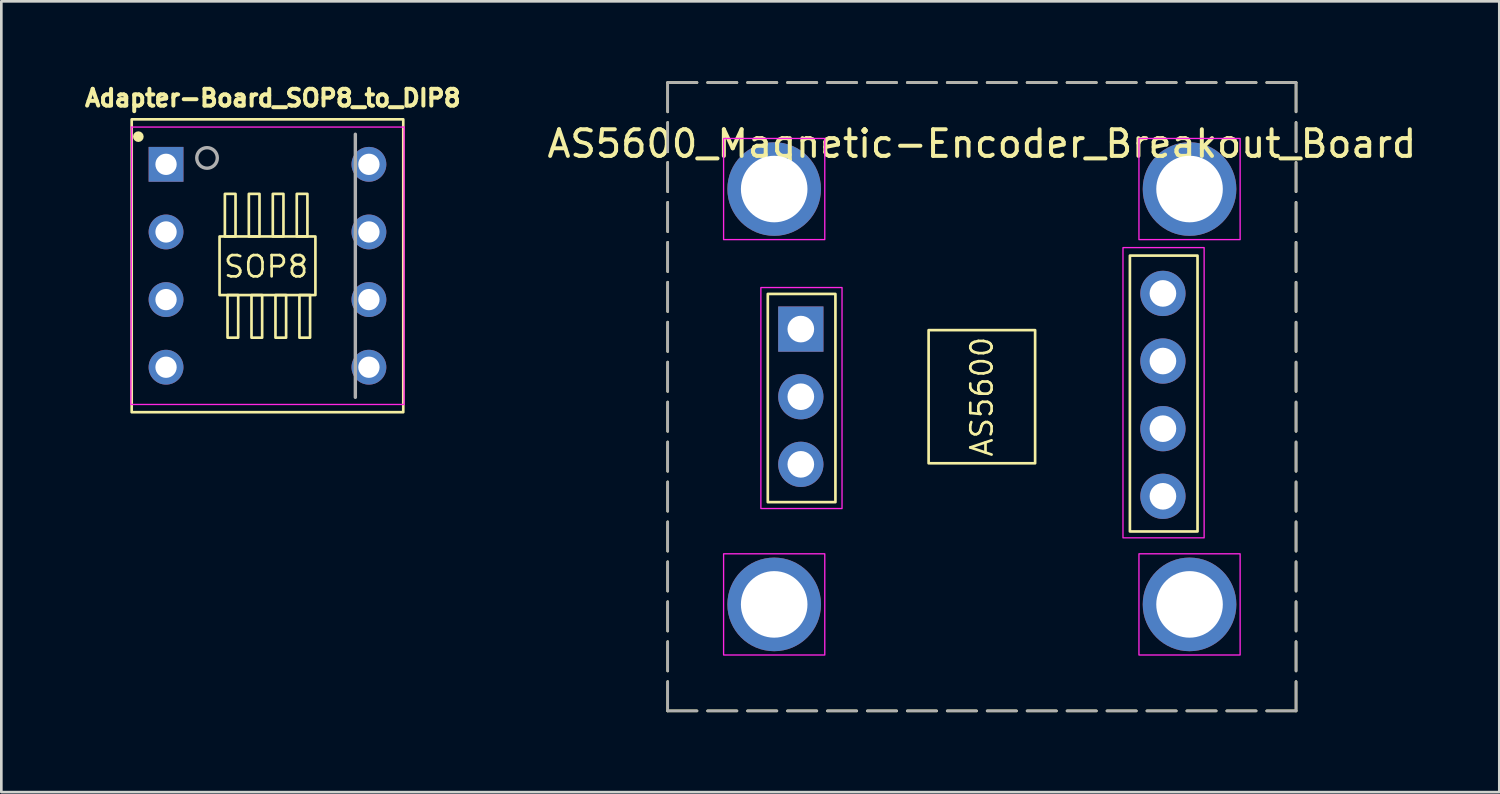
<source format=kicad_pcb>
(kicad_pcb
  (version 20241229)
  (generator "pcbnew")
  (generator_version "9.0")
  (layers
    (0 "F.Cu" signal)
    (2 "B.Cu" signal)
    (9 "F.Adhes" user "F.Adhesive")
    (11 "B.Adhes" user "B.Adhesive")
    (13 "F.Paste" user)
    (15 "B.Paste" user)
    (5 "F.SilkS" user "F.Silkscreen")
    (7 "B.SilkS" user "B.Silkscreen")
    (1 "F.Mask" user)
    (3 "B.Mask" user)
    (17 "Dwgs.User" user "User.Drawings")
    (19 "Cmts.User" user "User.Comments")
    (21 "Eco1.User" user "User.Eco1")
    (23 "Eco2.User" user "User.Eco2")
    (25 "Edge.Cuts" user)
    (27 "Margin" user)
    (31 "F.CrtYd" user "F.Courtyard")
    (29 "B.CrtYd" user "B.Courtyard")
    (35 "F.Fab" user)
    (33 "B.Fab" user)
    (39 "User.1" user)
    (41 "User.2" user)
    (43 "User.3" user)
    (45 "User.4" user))
  (footprint "Adapter-Board_SOP8_to_DIP8"
    (layer "F.Cu")
    (at 6.996 6.932)
    (property "Reference" "Adapter-Board_SOP8_to_DIP8" (at 0.2 -6.3 0) (layer "F.SilkS") (effects (font (size 0.63 0.63) (thickness 0.15))))
    (attr through_hole)
    (fp_rect (start -5.1 -5.5) (end 5.1 5.5) (stroke (width 0.1) (type default)) (fill no) (layer "F.SilkS"))
    (fp_rect (start -1.8 -1.1) (end 1.8 1.1) (stroke (width 0.1) (type default)) (fill no) (layer "F.SilkS"))
    (fp_rect (start -1.6 -2.7) (end -1.2 -1.1) (stroke (width 0.1) (type default)) (fill no) (layer "F.SilkS"))
    (fp_rect (start -1.5 1.1) (end -1.1 2.7) (stroke (width 0.1) (type default)) (fill no) (layer "F.SilkS"))
    (fp_rect (start -0.7 -2.7) (end -0.3 -1.1) (stroke (width 0.1) (type default)) (fill no) (layer "F.SilkS"))
    (fp_rect (start -0.6 1.1) (end -0.2 2.7) (stroke (width 0.1) (type default)) (fill no) (layer "F.SilkS"))
    (fp_rect (start 0.2 -2.7) (end 0.6 -1.1) (stroke (width 0.1) (type default)) (fill no) (layer "F.SilkS"))
    (fp_rect (start 0.3 1.1) (end 0.7 2.7) (stroke (width 0.1) (type default)) (fill no) (layer "F.SilkS"))
    (fp_rect (start 1.1 -2.7) (end 1.5 -1.1) (stroke (width 0.1) (type default)) (fill no) (layer "F.SilkS"))
    (fp_rect (start 1.2 1.1) (end 1.6 2.7) (stroke (width 0.1) (type default)) (fill no) (layer "F.SilkS"))
    (fp_circle (center -4.85 -4.85) (end -4.75 -4.85) (stroke (width 0.2) (type solid)) (fill no) (layer "F.SilkS"))
    (fp_line (start -5.13 5.21) (end 5.13 5.21) (stroke (width 0.05) (type solid)) (layer "F.CrtYd"))
    (fp_line (start -5.1 -5.2) (end -5.13 5.21) (stroke (width 0.05) (type solid)) (layer "F.CrtYd"))
    (fp_line (start 5.13 -5.21) (end -5.13 -5.21) (stroke (width 0.05) (type solid)) (layer "F.CrtYd"))
    (fp_line (start 5.13 5.21) (end 5.13 -5.21) (stroke (width 0.05) (type solid)) (layer "F.CrtYd"))
    (fp_line (start 3.3 -4.94) (end 3.3 4.94) (stroke (width 0.127) (type solid)) (layer "F.Fab"))
    (fp_circle (center -2.27 -4.05) (end -1.884 -4.05) (stroke (width 0.127) (type solid)) (fill no) (layer "F.Fab"))
    (fp_text user "SOP8" (at -1.7 0.5 0) (unlocked yes) (layer "F.SilkS") (effects (font (size 0.8 0.8) (thickness 0.1)) (justify left bottom)))
    (pad "1" thru_hole rect (at -3.81 -3.81) (size 1.308 1.308) (drill 0.8) (layers "*.Cu" "*.Mask"))
    (pad "2" thru_hole circle (at -3.81 -1.27) (size 1.308 1.308) (drill 0.8) (layers "*.Cu" "*.Mask"))
    (pad "3" thru_hole circle (at -3.81 1.27) (size 1.308 1.308) (drill 0.8) (layers "*.Cu" "*.Mask"))
    (pad "4" thru_hole circle (at -3.81 3.81) (size 1.308 1.308) (drill 0.8) (layers "*.Cu" "*.Mask"))
    (pad "5" thru_hole circle (at 3.81 3.81) (size 1.308 1.308) (drill 0.8) (layers "*.Cu" "*.Mask"))
    (pad "6" thru_hole circle (at 3.81 1.27) (size 1.308 1.308) (drill 0.8) (layers "*.Cu" "*.Mask"))
    (pad "7" thru_hole circle (at 3.81 -1.27) (size 1.308 1.308) (drill 0.8) (layers "*.Cu" "*.Mask"))
    (pad "8" thru_hole circle (at 3.81 -3.81) (size 1.308 1.308) (drill 0.8) (layers "*.Cu" "*.Mask")))
  (footprint "AS5600_Magnetic-Encoder_Breakout_Board"
    (layer "F.Cu")
    (at 33.827 11.85)
    (property "Reference" "AS5600_Magnetic-Encoder_Breakout_Board" (at 0 -9.5 0) (layer "F.SilkS") (effects (font (size 1 1) (thickness 0.15))))
    (attr through_hole)
    (fp_rect (start -11.8 -11.8) (end 11.8 11.8) (stroke (width 0.1) (type dash)) (fill no) (layer "F.SilkS"))
    (fp_rect (start -8.04 -3.86) (end -5.5 3.96) (stroke (width 0.1) (type default)) (fill no) (layer "F.SilkS"))
    (fp_rect (start -2 -2.5) (end 2 2.5) (stroke (width 0.1) (type default)) (fill no) (layer "F.SilkS"))
    (fp_rect (start 5.56 -5.3) (end 8.1 5.06) (stroke (width 0.1) (type default)) (fill no) (layer "F.SilkS"))
    (fp_rect (start -9.7 -9.7) (end -5.9 -5.9) (stroke (width 0.05) (type default)) (fill no) (layer "F.CrtYd"))
    (fp_rect (start -9.7 5.9) (end -5.9 9.7) (stroke (width 0.05) (type default)) (fill no) (layer "F.CrtYd"))
    (fp_rect (start -8.3 -4.1) (end -5.252 4.2) (stroke (width 0.05) (type default)) (fill no) (layer "F.CrtYd"))
    (fp_rect (start 5.3 -5.6) (end 8.348 5.3) (stroke (width 0.05) (type default)) (fill no) (layer "F.CrtYd"))
    (fp_rect (start 5.9 -9.7) (end 9.7 -5.9) (stroke (width 0.05) (type default)) (fill no) (layer "F.CrtYd"))
    (fp_rect (start 5.9 5.9) (end 9.7 9.7) (stroke (width 0.05) (type default)) (fill no) (layer "F.CrtYd"))
    (fp_rect (start -11.8 -11.8) (end 11.8 11.8) (stroke (width 0.1) (type dash)) (fill no) (layer "F.Fab"))
    (fp_text user "AS5600" (at 0 0 90) (unlocked yes) (layer "F.SilkS") (effects (font (size 0.8 0.8) (thickness 0.1))))
    (pad "1" thru_hole rect (at -6.8 -2.54) (size 1.7 1.7) (drill 1) (layers "*.Cu" "*.Mask"))
    (pad "2" thru_hole circle (at -7.8 -7.8) (size 3.516 3.516) (drill 2.5) (layers "*.Cu" "*.Mask"))
    (pad "2" thru_hole circle (at -7.8 7.8) (size 3.516 3.516) (drill 2.5) (layers "*.Cu" "*.Mask"))
    (pad "2" thru_hole circle (at -6.8 0) (size 1.7 1.7) (drill 1) (layers "*.Cu" "*.Mask"))
    (pad "2" thru_hole circle (at 7.8 -7.8) (size 3.516 3.516) (drill 2.5) (layers "*.Cu" "*.Mask"))
    (pad "2" thru_hole circle (at 7.8 7.8) (size 3.516 3.516) (drill 2.5) (layers "*.Cu" "*.Mask"))
    (pad "3" thru_hole circle (at -6.8 2.54) (size 1.7 1.7) (drill 1) (layers "*.Cu" "*.Mask"))
    (pad "4" thru_hole circle (at 6.8 3.74) (size 1.7 1.7) (drill 1) (layers "*.Cu" "*.Mask"))
    (pad "5" thru_hole circle (at 6.8 1.2) (size 1.7 1.7) (drill 1) (layers "*.Cu" "*.Mask"))
    (pad "6" thru_hole circle (at 6.8 -1.34) (size 1.7 1.7) (drill 1) (layers "*.Cu" "*.Mask"))
    (pad "7" thru_hole circle (at 6.8 -3.88) (size 1.7 1.7) (drill 1) (layers "*.Cu" "*.Mask"))
    (zone (net_name "") (layer "F.Cu") (hatch full 0.508) (connect_pads) (min_thickness 2.032) (filled_areas_thickness no) (keepout (tracks not_allowed) (vias not_allowed) (pads not_allowed) (copperpour allowed) (footprints allowed)) (placement (enabled no)) (fill) (polygon (pts (xy 28.043 4.05) (xy 28.033 4.248) (xy 28.004 4.443) (xy 27.956 4.635) (xy 27.889 4.821) (xy 27.805 5) (xy 27.703 5.17) (xy 27.585 5.329) (xy 27.452 5.476) (xy 27.306 5.608) (xy 27.147 5.726) (xy 26.977 5.828) (xy 26.798 5.913) (xy 26.612 5.979) (xy 26.42 6.027) (xy 26.224 6.056) (xy 26.027 6.066) (xy 25.829 6.056) (xy 25.633 6.027) (xy 25.442 5.979) (xy 25.255 5.913) (xy 25.076 5.828) (xy 24.907 5.726) (xy 24.748 5.608) (xy 24.601 5.476) (xy 24.468 5.329) (xy 24.351 5.17) (xy 24.249 5) (xy 24.164 4.821) (xy 24.098 4.635) (xy 24.05 4.443) (xy 24.02 4.248) (xy 24.011 4.05) (xy 24.02 3.852) (xy 24.05 3.657) (xy 24.098 3.465) (xy 24.164 3.279) (xy 24.249 3.1) (xy 24.351 2.93) (xy 24.468 2.771) (xy 24.601 2.624) (xy 24.748 2.492) (xy 24.907 2.374) (xy 25.076 2.272) (xy 25.255 2.187) (xy 25.442 2.121) (xy 25.633 2.073) (xy 25.829 2.044) (xy 26.027 2.034) (xy 26.224 2.044) (xy 26.42 2.073) (xy 26.612 2.121) (xy 26.798 2.187) (xy 26.977 2.272) (xy 27.147 2.374) (xy 27.306 2.492) (xy 27.452 2.624) (xy 27.585 2.771) (xy 27.703 2.93) (xy 27.805 3.1) (xy 27.889 3.279) (xy 27.956 3.465) (xy 28.004 3.657) (xy 28.033 3.852))))
    (zone (net_name "") (layer "F.Cu") (hatch full 0.508) (connect_pads) (min_thickness 2.032) (filled_areas_thickness no) (keepout (tracks not_allowed) (vias not_allowed) (pads not_allowed) (copperpour allowed) (footprints allowed)) (placement (enabled no)) (fill) (polygon (pts (xy 28.043 19.65) (xy 28.033 19.848) (xy 28.004 20.043) (xy 27.956 20.235) (xy 27.889 20.421) (xy 27.805 20.6) (xy 27.703 20.77) (xy 27.585 20.929) (xy 27.452 21.076) (xy 27.306 21.208) (xy 27.147 21.326) (xy 26.977 21.428) (xy 26.798 21.513) (xy 26.612 21.579) (xy 26.42 21.627) (xy 26.224 21.656) (xy 26.027 21.666) (xy 25.829 21.656) (xy 25.633 21.627) (xy 25.442 21.579) (xy 25.255 21.513) (xy 25.076 21.428) (xy 24.907 21.326) (xy 24.748 21.208) (xy 24.601 21.076) (xy 24.468 20.929) (xy 24.351 20.77) (xy 24.249 20.6) (xy 24.164 20.421) (xy 24.098 20.235) (xy 24.05 20.043) (xy 24.02 19.848) (xy 24.011 19.65) (xy 24.02 19.452) (xy 24.05 19.257) (xy 24.098 19.065) (xy 24.164 18.879) (xy 24.249 18.7) (xy 24.351 18.53) (xy 24.468 18.371) (xy 24.601 18.224) (xy 24.748 18.092) (xy 24.907 17.974) (xy 25.076 17.872) (xy 25.255 17.787) (xy 25.442 17.721) (xy 25.633 17.673) (xy 25.829 17.644) (xy 26.027 17.634) (xy 26.224 17.644) (xy 26.42 17.673) (xy 26.612 17.721) (xy 26.798 17.787) (xy 26.977 17.872) (xy 27.147 17.974) (xy 27.306 18.092) (xy 27.452 18.224) (xy 27.585 18.371) (xy 27.703 18.53) (xy 27.805 18.7) (xy 27.889 18.879) (xy 27.956 19.065) (xy 28.004 19.257) (xy 28.033 19.452))))
    (zone (net_name "") (layer "F.Cu") (hatch full 0.508) (connect_pads) (min_thickness 2.032) (filled_areas_thickness no) (keepout (tracks not_allowed) (vias not_allowed) (pads not_allowed) (copperpour allowed) (footprints allowed)) (placement (enabled no)) (fill) (polygon (pts (xy 43.643 4.05) (xy 43.633 4.248) (xy 43.604 4.443) (xy 43.556 4.635) (xy 43.489 4.821) (xy 43.405 5) (xy 43.303 5.17) (xy 43.185 5.329) (xy 43.052 5.476) (xy 42.906 5.608) (xy 42.747 5.726) (xy 42.577 5.828) (xy 42.398 5.913) (xy 42.212 5.979) (xy 42.02 6.027) (xy 41.824 6.056) (xy 41.627 6.066) (xy 41.429 6.056) (xy 41.233 6.027) (xy 41.042 5.979) (xy 40.855 5.913) (xy 40.676 5.828) (xy 40.507 5.726) (xy 40.348 5.608) (xy 40.201 5.476) (xy 40.068 5.329) (xy 39.951 5.17) (xy 39.849 5) (xy 39.764 4.821) (xy 39.698 4.635) (xy 39.65 4.443) (xy 39.62 4.248) (xy 39.611 4.05) (xy 39.62 3.852) (xy 39.65 3.657) (xy 39.698 3.465) (xy 39.764 3.279) (xy 39.849 3.1) (xy 39.951 2.93) (xy 40.068 2.771) (xy 40.201 2.624) (xy 40.348 2.492) (xy 40.507 2.374) (xy 40.676 2.272) (xy 40.855 2.187) (xy 41.042 2.121) (xy 41.233 2.073) (xy 41.429 2.044) (xy 41.627 2.034) (xy 41.824 2.044) (xy 42.02 2.073) (xy 42.212 2.121) (xy 42.398 2.187) (xy 42.577 2.272) (xy 42.747 2.374) (xy 42.906 2.492) (xy 43.052 2.624) (xy 43.185 2.771) (xy 43.303 2.93) (xy 43.405 3.1) (xy 43.489 3.279) (xy 43.556 3.465) (xy 43.604 3.657) (xy 43.633 3.852))))
    (zone (net_name "") (layer "F.Cu") (hatch full 0.508) (connect_pads) (min_thickness 2.032) (filled_areas_thickness no) (keepout (tracks not_allowed) (vias not_allowed) (pads not_allowed) (copperpour allowed) (footprints allowed)) (placement (enabled no)) (fill) (polygon (pts (xy 43.643 19.65) (xy 43.633 19.848) (xy 43.604 20.043) (xy 43.556 20.235) (xy 43.489 20.421) (xy 43.405 20.6) (xy 43.303 20.77) (xy 43.185 20.929) (xy 43.052 21.076) (xy 42.906 21.208) (xy 42.747 21.326) (xy 42.577 21.428) (xy 42.398 21.513) (xy 42.212 21.579) (xy 42.02 21.627) (xy 41.824 21.656) (xy 41.627 21.666) (xy 41.429 21.656) (xy 41.233 21.627) (xy 41.042 21.579) (xy 40.855 21.513) (xy 40.676 21.428) (xy 40.507 21.326) (xy 40.348 21.208) (xy 40.201 21.076) (xy 40.068 20.929) (xy 39.951 20.77) (xy 39.849 20.6) (xy 39.764 20.421) (xy 39.698 20.235) (xy 39.65 20.043) (xy 39.62 19.848) (xy 39.611 19.65) (xy 39.62 19.452) (xy 39.65 19.257) (xy 39.698 19.065) (xy 39.764 18.879) (xy 39.849 18.7) (xy 39.951 18.53) (xy 40.068 18.371) (xy 40.201 18.224) (xy 40.348 18.092) (xy 40.507 17.974) (xy 40.676 17.872) (xy 40.855 17.787) (xy 41.042 17.721) (xy 41.233 17.673) (xy 41.429 17.644) (xy 41.627 17.634) (xy 41.824 17.644) (xy 42.02 17.673) (xy 42.212 17.721) (xy 42.398 17.787) (xy 42.577 17.872) (xy 42.747 17.974) (xy 42.906 18.092) (xy 43.052 18.224) (xy 43.185 18.371) (xy 43.303 18.53) (xy 43.405 18.7) (xy 43.489 18.879) (xy 43.556 19.065) (xy 43.604 19.257) (xy 43.633 19.452))))
    (zone (net_name "") (layer "B.Cu") (hatch full 0.508) (connect_pads) (min_thickness 2.032) (filled_areas_thickness no) (keepout (tracks not_allowed) (vias not_allowed) (pads not_allowed) (copperpour allowed) (footprints allowed)) (placement (enabled no)) (fill) (polygon (pts (xy 28.043 4.05) (xy 28.033 4.248) (xy 28.004 4.443) (xy 27.956 4.635) (xy 27.889 4.821) (xy 27.805 5) (xy 27.703 5.17) (xy 27.585 5.329) (xy 27.452 5.476) (xy 27.306 5.608) (xy 27.147 5.726) (xy 26.977 5.828) (xy 26.798 5.913) (xy 26.612 5.979) (xy 26.42 6.027) (xy 26.224 6.056) (xy 26.027 6.066) (xy 25.829 6.056) (xy 25.633 6.027) (xy 25.442 5.979) (xy 25.255 5.913) (xy 25.076 5.828) (xy 24.907 5.726) (xy 24.748 5.608) (xy 24.601 5.476) (xy 24.468 5.329) (xy 24.351 5.17) (xy 24.249 5) (xy 24.164 4.821) (xy 24.098 4.635) (xy 24.05 4.443) (xy 24.02 4.248) (xy 24.011 4.05) (xy 24.02 3.852) (xy 24.05 3.657) (xy 24.098 3.465) (xy 24.164 3.279) (xy 24.249 3.1) (xy 24.351 2.93) (xy 24.468 2.771) (xy 24.601 2.624) (xy 24.748 2.492) (xy 24.907 2.374) (xy 25.076 2.272) (xy 25.255 2.187) (xy 25.442 2.121) (xy 25.633 2.073) (xy 25.829 2.044) (xy 26.027 2.034) (xy 26.224 2.044) (xy 26.42 2.073) (xy 26.612 2.121) (xy 26.798 2.187) (xy 26.977 2.272) (xy 27.147 2.374) (xy 27.306 2.492) (xy 27.452 2.624) (xy 27.585 2.771) (xy 27.703 2.93) (xy 27.805 3.1) (xy 27.889 3.279) (xy 27.956 3.465) (xy 28.004 3.657) (xy 28.033 3.852))))
    (zone (net_name "") (layer "B.Cu") (hatch full 0.508) (connect_pads) (min_thickness 2.032) (filled_areas_thickness no) (keepout (tracks not_allowed) (vias not_allowed) (pads not_allowed) (copperpour allowed) (footprints allowed)) (placement (enabled no)) (fill) (polygon (pts (xy 28.043 19.65) (xy 28.033 19.848) (xy 28.004 20.043) (xy 27.956 20.235) (xy 27.889 20.421) (xy 27.805 20.6) (xy 27.703 20.77) (xy 27.585 20.929) (xy 27.452 21.076) (xy 27.306 21.208) (xy 27.147 21.326) (xy 26.977 21.428) (xy 26.798 21.513) (xy 26.612 21.579) (xy 26.42 21.627) (xy 26.224 21.656) (xy 26.027 21.666) (xy 25.829 21.656) (xy 25.633 21.627) (xy 25.442 21.579) (xy 25.255 21.513) (xy 25.076 21.428) (xy 24.907 21.326) (xy 24.748 21.208) (xy 24.601 21.076) (xy 24.468 20.929) (xy 24.351 20.77) (xy 24.249 20.6) (xy 24.164 20.421) (xy 24.098 20.235) (xy 24.05 20.043) (xy 24.02 19.848) (xy 24.011 19.65) (xy 24.02 19.452) (xy 24.05 19.257) (xy 24.098 19.065) (xy 24.164 18.879) (xy 24.249 18.7) (xy 24.351 18.53) (xy 24.468 18.371) (xy 24.601 18.224) (xy 24.748 18.092) (xy 24.907 17.974) (xy 25.076 17.872) (xy 25.255 17.787) (xy 25.442 17.721) (xy 25.633 17.673) (xy 25.829 17.644) (xy 26.027 17.634) (xy 26.224 17.644) (xy 26.42 17.673) (xy 26.612 17.721) (xy 26.798 17.787) (xy 26.977 17.872) (xy 27.147 17.974) (xy 27.306 18.092) (xy 27.452 18.224) (xy 27.585 18.371) (xy 27.703 18.53) (xy 27.805 18.7) (xy 27.889 18.879) (xy 27.956 19.065) (xy 28.004 19.257) (xy 28.033 19.452))))
    (zone (net_name "") (layer "B.Cu") (hatch full 0.508) (connect_pads) (min_thickness 2.032) (filled_areas_thickness no) (keepout (tracks not_allowed) (vias not_allowed) (pads not_allowed) (copperpour allowed) (footprints allowed)) (placement (enabled no)) (fill) (polygon (pts (xy 43.643 4.05) (xy 43.633 4.248) (xy 43.604 4.443) (xy 43.556 4.635) (xy 43.489 4.821) (xy 43.405 5) (xy 43.303 5.17) (xy 43.185 5.329) (xy 43.052 5.476) (xy 42.906 5.608) (xy 42.747 5.726) (xy 42.577 5.828) (xy 42.398 5.913) (xy 42.212 5.979) (xy 42.02 6.027) (xy 41.824 6.056) (xy 41.627 6.066) (xy 41.429 6.056) (xy 41.233 6.027) (xy 41.042 5.979) (xy 40.855 5.913) (xy 40.676 5.828) (xy 40.507 5.726) (xy 40.348 5.608) (xy 40.201 5.476) (xy 40.068 5.329) (xy 39.951 5.17) (xy 39.849 5) (xy 39.764 4.821) (xy 39.698 4.635) (xy 39.65 4.443) (xy 39.62 4.248) (xy 39.611 4.05) (xy 39.62 3.852) (xy 39.65 3.657) (xy 39.698 3.465) (xy 39.764 3.279) (xy 39.849 3.1) (xy 39.951 2.93) (xy 40.068 2.771) (xy 40.201 2.624) (xy 40.348 2.492) (xy 40.507 2.374) (xy 40.676 2.272) (xy 40.855 2.187) (xy 41.042 2.121) (xy 41.233 2.073) (xy 41.429 2.044) (xy 41.627 2.034) (xy 41.824 2.044) (xy 42.02 2.073) (xy 42.212 2.121) (xy 42.398 2.187) (xy 42.577 2.272) (xy 42.747 2.374) (xy 42.906 2.492) (xy 43.052 2.624) (xy 43.185 2.771) (xy 43.303 2.93) (xy 43.405 3.1) (xy 43.489 3.279) (xy 43.556 3.465) (xy 43.604 3.657) (xy 43.633 3.852))))
    (zone (net_name "") (layer "B.Cu") (hatch full 0.508) (connect_pads) (min_thickness 2.032) (filled_areas_thickness no) (keepout (tracks not_allowed) (vias not_allowed) (pads not_allowed) (copperpour allowed) (footprints allowed)) (placement (enabled no)) (fill) (polygon (pts (xy 43.643 19.65) (xy 43.633 19.848) (xy 43.604 20.043) (xy 43.556 20.235) (xy 43.489 20.421) (xy 43.405 20.6) (xy 43.303 20.77) (xy 43.185 20.929) (xy 43.052 21.076) (xy 42.906 21.208) (xy 42.747 21.326) (xy 42.577 21.428) (xy 42.398 21.513) (xy 42.212 21.579) (xy 42.02 21.627) (xy 41.824 21.656) (xy 41.627 21.666) (xy 41.429 21.656) (xy 41.233 21.627) (xy 41.042 21.579) (xy 40.855 21.513) (xy 40.676 21.428) (xy 40.507 21.326) (xy 40.348 21.208) (xy 40.201 21.076) (xy 40.068 20.929) (xy 39.951 20.77) (xy 39.849 20.6) (xy 39.764 20.421) (xy 39.698 20.235) (xy 39.65 20.043) (xy 39.62 19.848) (xy 39.611 19.65) (xy 39.62 19.452) (xy 39.65 19.257) (xy 39.698 19.065) (xy 39.764 18.879) (xy 39.849 18.7) (xy 39.951 18.53) (xy 40.068 18.371) (xy 40.201 18.224) (xy 40.348 18.092) (xy 40.507 17.974) (xy 40.676 17.872) (xy 40.855 17.787) (xy 41.042 17.721) (xy 41.233 17.673) (xy 41.429 17.644) (xy 41.627 17.634) (xy 41.824 17.644) (xy 42.02 17.673) (xy 42.212 17.721) (xy 42.398 17.787) (xy 42.577 17.872) (xy 42.747 17.974) (xy 42.906 18.092) (xy 43.052 18.224) (xy 43.185 18.371) (xy 43.303 18.53) (xy 43.405 18.7) (xy 43.489 18.879) (xy 43.556 19.065) (xy 43.604 19.257) (xy 43.633 19.452)))))
  (gr_rect
    (start -3 -3)
    (end 53.261 26.7)
    (stroke (width 0.1) (type default))
    (fill no)
    (layer "Edge.Cuts")))
</source>
